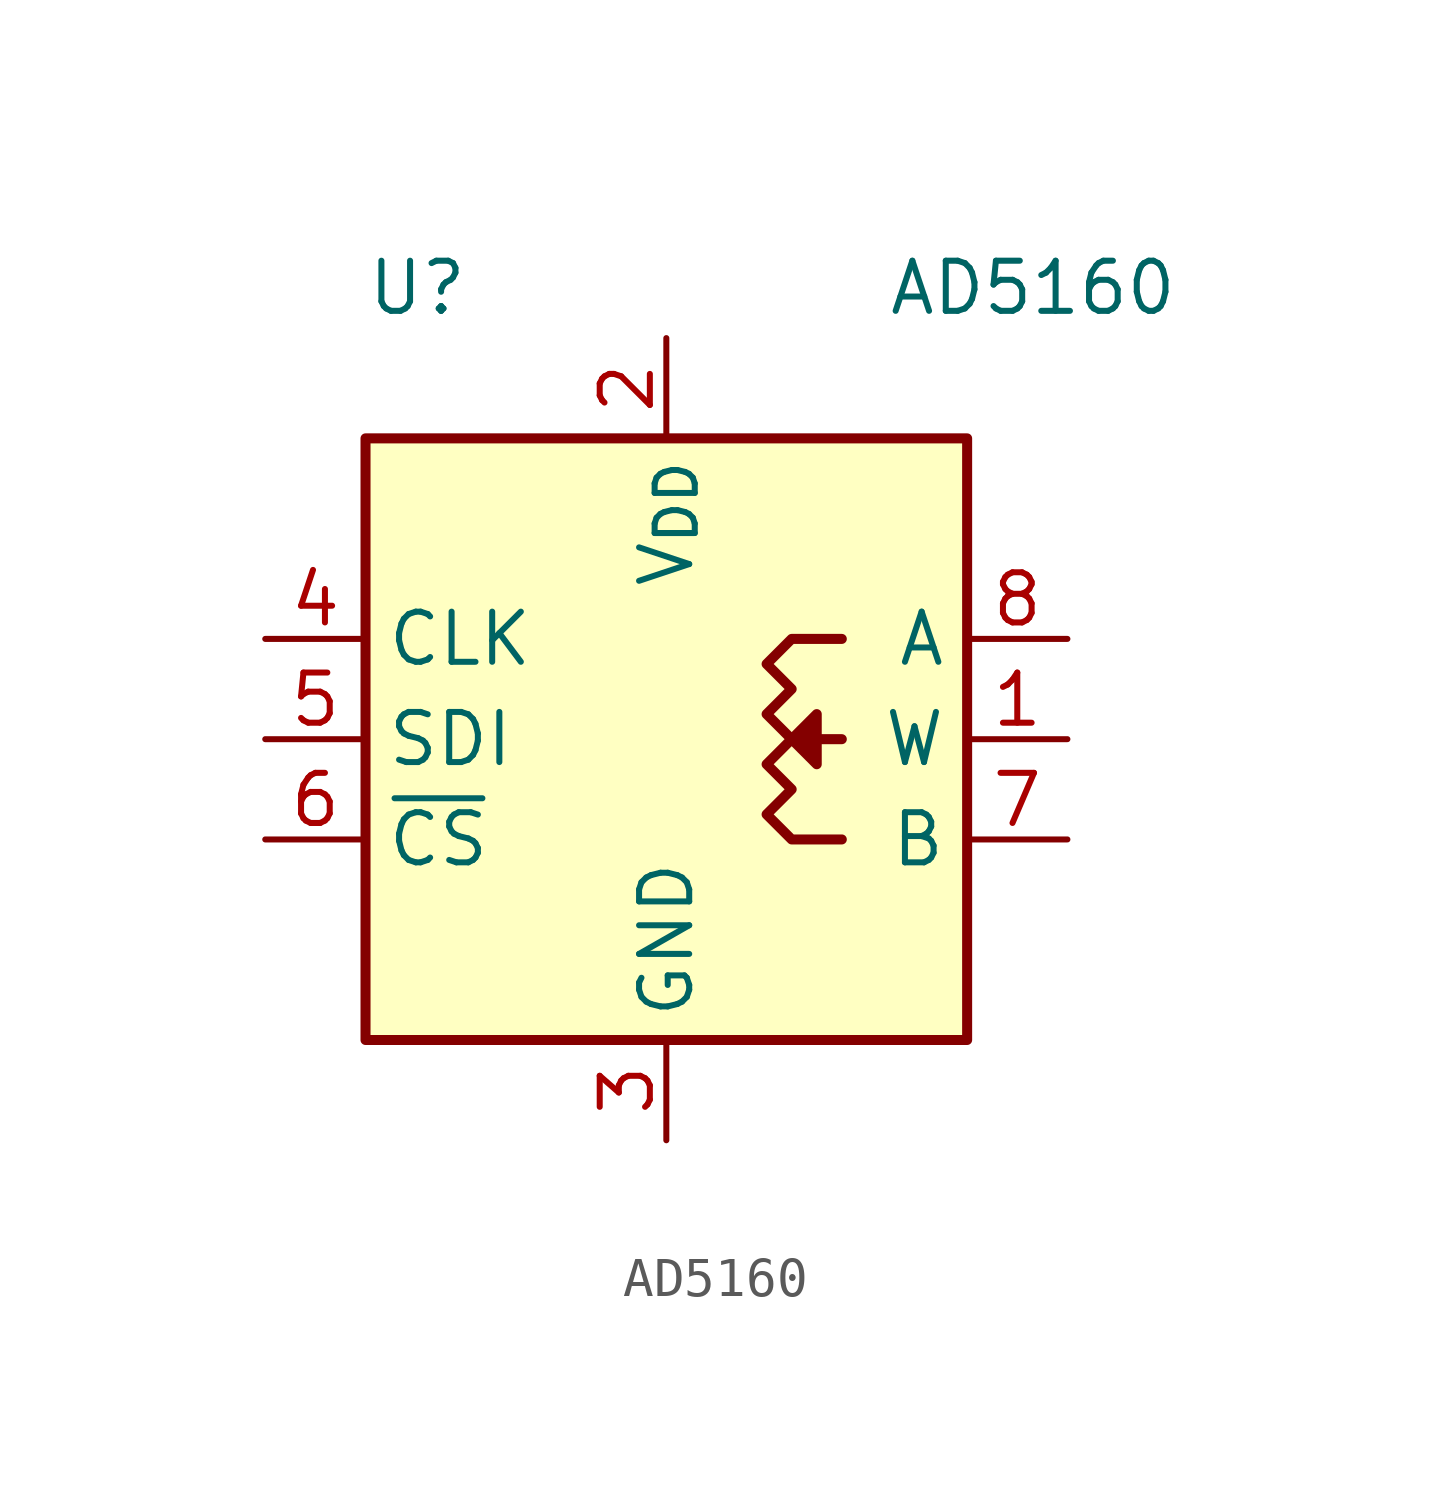
<source format=kicad_sym>
(kicad_symbol_lib
  (version 20241209)
  (generator "kicad_symbol_editor")
  (generator_version "9.0")
  (symbol "AD5160"
    (property "Reference" "U"
      (at -7.62 11.43 0)
      (effects (font (size 1.27 1.27)) (justify left)))
    (property "Value" "AD5160"
      (at 5.588 11.43 0)
      (effects (font (size 1.27 1.27)) (justify left)))
    (symbol "AD5160_0_1"
      (rectangle (start -7.62 7.62) (end 7.62 -7.62) (stroke (width 0.254) (type default)) (fill (type background)))
      (polyline (pts (xy 4.445 2.54) (xy 3.175 2.54) (xy 2.54 1.905) (xy 3.175 1.27) (xy 2.54 0.635) (xy 3.175 0) (xy 2.54 -0.635) (xy 3.175 -1.27) (xy 2.54 -1.905) (xy 3.175 -2.54) (xy 4.445 -2.54)) (stroke (width 0.254) (type default)) (fill (type none)))
      (polyline (pts (xy 4.445 0) (xy 3.81 0) (xy 3.175 0) (xy 3.81 0.635) (xy 3.81 -0.635) (xy 3.175 0)) (stroke (width 0.254) (type default)) (fill (type outline))))
    (symbol "AD5160_1_1"
      (pin input line (at -10.16 2.54 0) (length 2.54) (name "CLK" (effects (font (size 1.27 1.27)))) (number "4" (effects (font (size 1.27 1.27)))))
      (pin input line (at -10.16 0 0) (length 2.54) (name "SDI" (effects (font (size 1.27 1.27)))) (number "5" (effects (font (size 1.27 1.27)))))
      (pin input line (at -10.16 -2.54 0) (length 2.54) (name "~{CS}" (effects (font (size 1.27 1.27)))) (number "6" (effects (font (size 1.27 1.27)))))
      (pin power_in line (at 0 10.16 270) (length 2.54) (name "V_{DD}" (effects (font (size 1.27 1.27)))) (number "2" (effects (font (size 1.27 1.27)))))
      (pin power_in line (at 0 -10.16 90) (length 2.54) (name "GND" (effects (font (size 1.27 1.27)))) (number "3" (effects (font (size 1.27 1.27)))))
      (pin passive line (at 10.16 2.54 180) (length 2.54) (name "A" (effects (font (size 1.27 1.27)))) (number "8" (effects (font (size 1.27 1.27)))))
      (pin passive line (at 10.16 0 180) (length 2.54) (name "W" (effects (font (size 1.27 1.27)))) (number "1" (effects (font (size 1.27 1.27)))))
      (pin passive line (at 10.16 -2.54 180) (length 2.54) (name "B" (effects (font (size 1.27 1.27)))) (number "7" (effects (font (size 1.27 1.27))))))))
</source>
